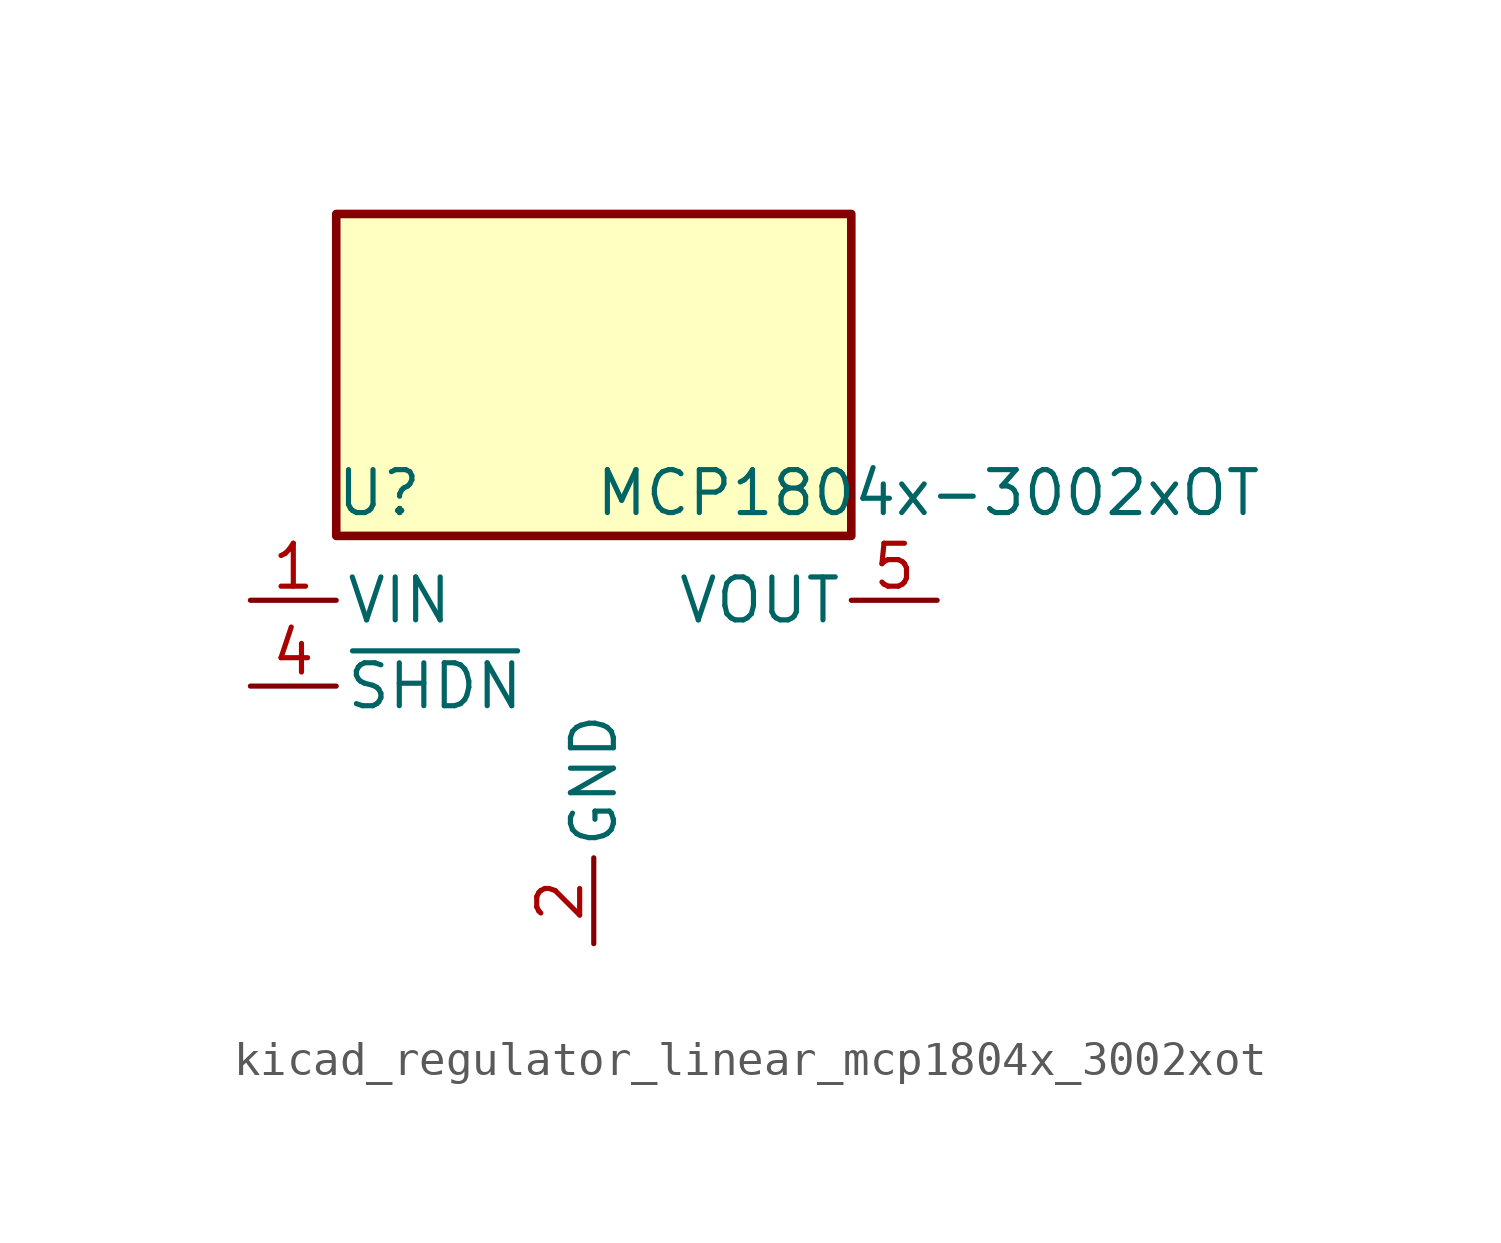
<source format=kicad_sym>
(kicad_symbol_lib
  (version 20220914)
  (generator kicad_symbol_editor)
  (symbol "kicad_regulator_linear_mcp1804x_3002xot"
    (pin_names
      (offset 0.254))
    (property "Reference" "U"
      (at -6.35 5.715 0)
      (effects (font (size 1.27 1.27))))
    (property "Value" "MCP1804x-3002xOT"
      (at 0 5.715 0)
      (effects (font (size 1.27 1.27)) (justify left)))
    (symbol "kicad_regulator_linear_mcp1804x_3002xot_0_1"
      (rectangle (start 7.62 13.97) (end -7.62 4.445) (stroke (width 0.254) (type default)) (fill (type background))))
    (symbol "kicad_regulator_linear_mcp1804x_3002xot_1_1"
      (pin power_in line (at -10.16 2.54 0) (length 2.54) (name "VIN" (effects (font (size 1.27 1.27)))) (number "1" (effects (font (size 1.27 1.27)))))
      (pin power_in line (at 0 -7.62 90) (length 2.54) (name "GND" (effects (font (size 1.27 1.27)))) (number "2" (effects (font (size 1.27 1.27)))))
      (pin no_connect line (at 7.62 0 180) (length 2.54) hide (name "NC" (effects (font (size 1.27 1.27)))) (number "3" (effects (font (size 1.27 1.27)))))
      (pin input line (at -10.16 0 0) (length 2.54) (name "~{SHDN}" (effects (font (size 1.27 1.27)))) (number "4" (effects (font (size 1.27 1.27)))))
      (pin power_out line (at 10.16 2.54 180) (length 2.54) (name "VOUT" (effects (font (size 1.27 1.27)))) (number "5" (effects (font (size 1.27 1.27))))))))
</source>
